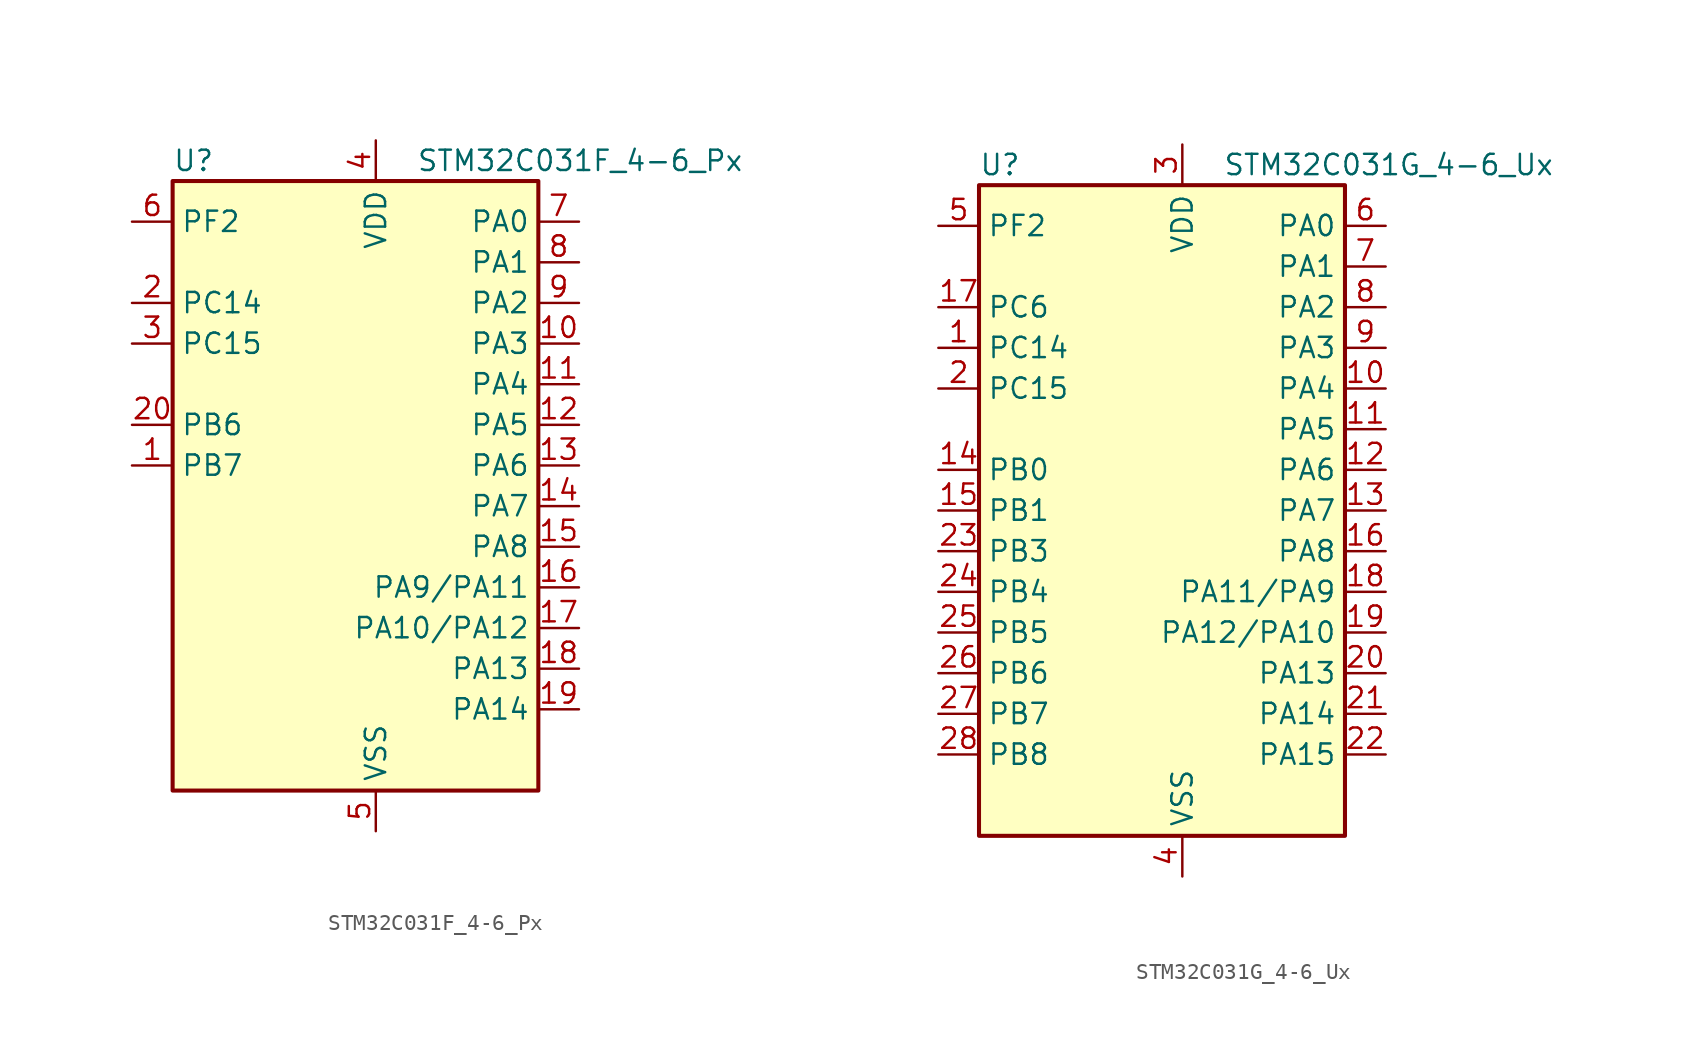
<source format=kicad_sym>
(kicad_symbol_lib
  (version 20231120)
  (generator "kicad_symbol_editor")
  (generator_version "8.0")
  (symbol "STM32C031F_4-6_Px"
    (property "Reference" "U"
      (at -10.16 21.59 0)
      (effects (font (size 1.27 1.27)) (justify left)))
    (property "Value" "STM32C031F_4-6_Px"
      (at 5.08 21.59 0)
      (effects (font (size 1.27 1.27)) (justify left)))
    (property "ki_locked" ""
      (at 0 0 0)
      (effects (font (size 1.27 1.27))))
    (symbol "STM32C031F_4-6_Px_0_1"
      (rectangle (start -10.16 -17.78) (end 12.7 20.32) (stroke (width 0.254) (type default)) (fill (type background))))
    (symbol "STM32C031F_4-6_Px_1_1"
      (pin bidirectional line (at -12.7 2.54 0) (length 2.54) (name "PB7" (effects (font (size 1.27 1.27)))) (number "1" (effects (font (size 1.27 1.27)))) (alternate "I2C1_SCL" bidirectional line) (alternate "I2C1_SDA" bidirectional line) (alternate "RTC_REFIN" bidirectional line) (alternate "TIM16_CH1" bidirectional line) (alternate "TIM17_CH1N" bidirectional line) (alternate "TIM1_CH4" bidirectional line) (alternate "TIM3_CH1" bidirectional line) (alternate "TIM3_CH4" bidirectional line) (alternate "USART1_RX" bidirectional line) (alternate "USART2_CTS" bidirectional line) (alternate "USART2_NSS" bidirectional line))
      (pin bidirectional line (at 15.24 10.16 180) (length 2.54) (name "PA3" (effects (font (size 1.27 1.27)))) (number "10" (effects (font (size 1.27 1.27)))) (alternate "ADC1_IN3" bidirectional line) (alternate "TIM1_CH1N" bidirectional line) (alternate "TIM1_CH4" bidirectional line) (alternate "USART2_RX" bidirectional line))
      (pin bidirectional line (at 15.24 7.62 180) (length 2.54) (name "PA4" (effects (font (size 1.27 1.27)))) (number "11" (effects (font (size 1.27 1.27)))) (alternate "ADC1_IN4" bidirectional line) (alternate "I2S1_WS" bidirectional line) (alternate "PWR_WKUP2" bidirectional line) (alternate "RTC_OUT1" bidirectional line) (alternate "RTC_TS" bidirectional line) (alternate "SPI1_NSS" bidirectional line) (alternate "TIM14_CH1" bidirectional line) (alternate "TIM17_CH1N" bidirectional line) (alternate "TIM1_CH2N" bidirectional line) (alternate "USART2_TX" bidirectional line))
      (pin bidirectional line (at 15.24 5.08 180) (length 2.54) (name "PA5" (effects (font (size 1.27 1.27)))) (number "12" (effects (font (size 1.27 1.27)))) (alternate "ADC1_IN5" bidirectional line) (alternate "I2S1_CK" bidirectional line) (alternate "SPI1_SCK" bidirectional line) (alternate "TIM1_CH1" bidirectional line) (alternate "TIM1_CH3N" bidirectional line) (alternate "USART2_RX" bidirectional line))
      (pin bidirectional line (at 15.24 2.54 180) (length 2.54) (name "PA6" (effects (font (size 1.27 1.27)))) (number "13" (effects (font (size 1.27 1.27)))) (alternate "ADC1_IN6" bidirectional line) (alternate "I2S1_MCK" bidirectional line) (alternate "SPI1_MISO" bidirectional line) (alternate "TIM16_CH1" bidirectional line) (alternate "TIM1_BKIN" bidirectional line) (alternate "TIM3_CH1" bidirectional line))
      (pin bidirectional line (at 15.24 0 180) (length 2.54) (name "PA7" (effects (font (size 1.27 1.27)))) (number "14" (effects (font (size 1.27 1.27)))) (alternate "ADC1_IN7" bidirectional line) (alternate "I2S1_SD" bidirectional line) (alternate "SPI1_MOSI" bidirectional line) (alternate "TIM14_CH1" bidirectional line) (alternate "TIM17_CH1" bidirectional line) (alternate "TIM1_CH1N" bidirectional line) (alternate "TIM3_CH2" bidirectional line))
      (pin bidirectional line (at 15.24 -2.54 180) (length 2.54) (name "PA8" (effects (font (size 1.27 1.27)))) (number "15" (effects (font (size 1.27 1.27)))) (alternate "ADC1_IN8" bidirectional line) (alternate "I2S1_WS" bidirectional line) (alternate "RCC_MCO" bidirectional line) (alternate "RCC_MCO_2" bidirectional line) (alternate "SPI1_NSS" bidirectional line) (alternate "TIM14_CH1" bidirectional line) (alternate "TIM1_CH1" bidirectional line) (alternate "TIM1_CH2N" bidirectional line) (alternate "TIM1_CH3N" bidirectional line) (alternate "TIM3_CH3" bidirectional line) (alternate "TIM3_CH4" bidirectional line) (alternate "USART1_RX" bidirectional line) (alternate "USART2_TX" bidirectional line))
      (pin bidirectional line (at 15.24 -5.08 180) (length 2.54) (name "PA9/PA11" (effects (font (size 1.27 1.27)))) (number "16" (effects (font (size 1.27 1.27)))) (alternate "I2C1_SCL" bidirectional line) (alternate "RCC_MCO" bidirectional line) (alternate "TIM1_CH2" bidirectional line) (alternate "TIM3_ETR" bidirectional line) (alternate "USART1_TX" bidirectional line))
      (pin bidirectional line (at 15.24 -7.62 180) (length 2.54) (name "PA10/PA12" (effects (font (size 1.27 1.27)))) (number "17" (effects (font (size 1.27 1.27)))) (alternate "I2C1_SDA" bidirectional line) (alternate "RCC_MCO_2" bidirectional line) (alternate "TIM17_BKIN" bidirectional line) (alternate "TIM1_CH3" bidirectional line) (alternate "USART1_RX" bidirectional line))
      (pin bidirectional line (at 15.24 -10.16 180) (length 2.54) (name "PA13" (effects (font (size 1.27 1.27)))) (number "18" (effects (font (size 1.27 1.27)))) (alternate "ADC1_IN13" bidirectional line) (alternate "DEBUG_SWDIO" bidirectional line) (alternate "IR_OUT" bidirectional line) (alternate "TIM3_ETR" bidirectional line) (alternate "USART2_RX" bidirectional line))
      (pin bidirectional line (at 15.24 -12.7 180) (length 2.54) (name "PA14" (effects (font (size 1.27 1.27)))) (number "19" (effects (font (size 1.27 1.27)))) (alternate "ADC1_IN14" bidirectional line) (alternate "DEBUG_SWCLK" bidirectional line) (alternate "I2S1_WS" bidirectional line) (alternate "RCC_MCO_2" bidirectional line) (alternate "SPI1_NSS" bidirectional line) (alternate "TIM1_CH1" bidirectional line) (alternate "USART1_CK" bidirectional line) (alternate "USART1_DE" bidirectional line) (alternate "USART1_RTS" bidirectional line) (alternate "USART2_RX" bidirectional line) (alternate "USART2_TX" bidirectional line))
      (pin bidirectional line (at -12.7 12.7 0) (length 2.54) (name "PC14" (effects (font (size 1.27 1.27)))) (number "2" (effects (font (size 1.27 1.27)))) (alternate "I2C1_SDA" bidirectional line) (alternate "IR_OUT" bidirectional line) (alternate "RCC_OSCX_IN" bidirectional line) (alternate "TIM17_CH1" bidirectional line) (alternate "TIM1_BKIN2" bidirectional line) (alternate "TIM1_ETR" bidirectional line) (alternate "TIM3_CH2" bidirectional line) (alternate "USART1_TX" bidirectional line) (alternate "USART2_CK" bidirectional line) (alternate "USART2_DE" bidirectional line) (alternate "USART2_RTS" bidirectional line))
      (pin bidirectional line (at -12.7 5.08 0) (length 2.54) (name "PB6" (effects (font (size 1.27 1.27)))) (number "20" (effects (font (size 1.27 1.27)))) (alternate "I2C1_SCL" bidirectional line) (alternate "I2C1_SMBA" bidirectional line) (alternate "I2S1_CK" bidirectional line) (alternate "I2S1_MCK" bidirectional line) (alternate "I2S1_SD" bidirectional line) (alternate "PWR_WKUP3" bidirectional line) (alternate "SPI1_MISO" bidirectional line) (alternate "SPI1_MOSI" bidirectional line) (alternate "SPI1_SCK" bidirectional line) (alternate "TIM16_BKIN" bidirectional line) (alternate "TIM16_CH1N" bidirectional line) (alternate "TIM17_BKIN" bidirectional line) (alternate "TIM1_CH2" bidirectional line) (alternate "TIM1_CH3" bidirectional line) (alternate "TIM3_CH1" bidirectional line) (alternate "TIM3_CH2" bidirectional line) (alternate "TIM3_CH3" bidirectional line) (alternate "USART1_CK" bidirectional line) (alternate "USART1_CTS" bidirectional line) (alternate "USART1_DE" bidirectional line) (alternate "USART1_NSS" bidirectional line) (alternate "USART1_RTS" bidirectional line) (alternate "USART1_TX" bidirectional line))
      (pin bidirectional line (at -12.7 10.16 0) (length 2.54) (name "PC15" (effects (font (size 1.27 1.27)))) (number "3" (effects (font (size 1.27 1.27)))) (alternate "RCC_OSC32_EN" bidirectional line) (alternate "RCC_OSCX_OUT" bidirectional line) (alternate "RCC_OSC_EN" bidirectional line) (alternate "TIM1_ETR" bidirectional line) (alternate "TIM3_CH3" bidirectional line))
      (pin power_in line (at 2.54 22.86 270) (length 2.54) (name "VDD" (effects (font (size 1.27 1.27)))) (number "4" (effects (font (size 1.27 1.27)))))
      (pin power_in line (at 2.54 -20.32 90) (length 2.54) (name "VSS" (effects (font (size 1.27 1.27)))) (number "5" (effects (font (size 1.27 1.27)))))
      (pin bidirectional line (at -12.7 17.78 0) (length 2.54) (name "PF2" (effects (font (size 1.27 1.27)))) (number "6" (effects (font (size 1.27 1.27)))) (alternate "RCC_MCO" bidirectional line) (alternate "TIM1_CH4" bidirectional line))
      (pin bidirectional line (at 15.24 17.78 180) (length 2.54) (name "PA0" (effects (font (size 1.27 1.27)))) (number "7" (effects (font (size 1.27 1.27)))) (alternate "ADC1_IN0" bidirectional line) (alternate "PWR_WKUP1" bidirectional line) (alternate "TIM16_CH1" bidirectional line) (alternate "TIM1_CH1" bidirectional line) (alternate "USART1_TX" bidirectional line) (alternate "USART2_CTS" bidirectional line) (alternate "USART2_NSS" bidirectional line))
      (pin bidirectional line (at 15.24 15.24 180) (length 2.54) (name "PA1" (effects (font (size 1.27 1.27)))) (number "8" (effects (font (size 1.27 1.27)))) (alternate "ADC1_IN1" bidirectional line) (alternate "I2C1_SMBA" bidirectional line) (alternate "I2S1_CK" bidirectional line) (alternate "SPI1_SCK" bidirectional line) (alternate "TIM17_CH1" bidirectional line) (alternate "TIM1_CH2" bidirectional line) (alternate "USART1_RX" bidirectional line) (alternate "USART2_CK" bidirectional line) (alternate "USART2_DE" bidirectional line) (alternate "USART2_RTS" bidirectional line))
      (pin bidirectional line (at 15.24 12.7 180) (length 2.54) (name "PA2" (effects (font (size 1.27 1.27)))) (number "9" (effects (font (size 1.27 1.27)))) (alternate "ADC1_IN2" bidirectional line) (alternate "I2S1_SD" bidirectional line) (alternate "PWR_WKUP4" bidirectional line) (alternate "RCC_LSCO" bidirectional line) (alternate "SPI1_MOSI" bidirectional line) (alternate "TIM16_CH1N" bidirectional line) (alternate "TIM1_CH3" bidirectional line) (alternate "TIM3_ETR" bidirectional line) (alternate "USART2_TX" bidirectional line))))
  (symbol "STM32C031G_4-6_Ux"
    (property "Reference" "U"
      (at -10.16 21.59 0)
      (effects (font (size 1.27 1.27)) (justify left)))
    (property "Value" "STM32C031G_4-6_Ux"
      (at 5.08 21.59 0)
      (effects (font (size 1.27 1.27)) (justify left)))
    (property "ki_locked" ""
      (at 0 0 0)
      (effects (font (size 1.27 1.27))))
    (symbol "STM32C031G_4-6_Ux_0_1"
      (rectangle (start -10.16 -20.32) (end 12.7 20.32) (stroke (width 0.254) (type default)) (fill (type background))))
    (symbol "STM32C031G_4-6_Ux_1_1"
      (pin bidirectional line (at -12.7 10.16 0) (length 2.54) (name "PC14" (effects (font (size 1.27 1.27)))) (number "1" (effects (font (size 1.27 1.27)))) (alternate "I2C1_SDA" bidirectional line) (alternate "IR_OUT" bidirectional line) (alternate "RCC_OSCX_IN" bidirectional line) (alternate "TIM17_CH1" bidirectional line) (alternate "TIM1_BKIN2" bidirectional line) (alternate "TIM1_ETR" bidirectional line) (alternate "TIM3_CH2" bidirectional line) (alternate "USART1_TX" bidirectional line) (alternate "USART2_CK" bidirectional line) (alternate "USART2_DE" bidirectional line) (alternate "USART2_RTS" bidirectional line))
      (pin bidirectional line (at 15.24 7.62 180) (length 2.54) (name "PA4" (effects (font (size 1.27 1.27)))) (number "10" (effects (font (size 1.27 1.27)))) (alternate "ADC1_IN4" bidirectional line) (alternate "I2S1_WS" bidirectional line) (alternate "PWR_WKUP2" bidirectional line) (alternate "RTC_OUT1" bidirectional line) (alternate "RTC_TS" bidirectional line) (alternate "SPI1_NSS" bidirectional line) (alternate "TIM14_CH1" bidirectional line) (alternate "TIM17_CH1N" bidirectional line) (alternate "TIM1_CH2N" bidirectional line) (alternate "USART2_TX" bidirectional line))
      (pin bidirectional line (at 15.24 5.08 180) (length 2.54) (name "PA5" (effects (font (size 1.27 1.27)))) (number "11" (effects (font (size 1.27 1.27)))) (alternate "ADC1_IN5" bidirectional line) (alternate "I2S1_CK" bidirectional line) (alternate "SPI1_SCK" bidirectional line) (alternate "TIM1_CH1" bidirectional line) (alternate "TIM1_CH3N" bidirectional line) (alternate "USART2_RX" bidirectional line))
      (pin bidirectional line (at 15.24 2.54 180) (length 2.54) (name "PA6" (effects (font (size 1.27 1.27)))) (number "12" (effects (font (size 1.27 1.27)))) (alternate "ADC1_IN6" bidirectional line) (alternate "I2S1_MCK" bidirectional line) (alternate "SPI1_MISO" bidirectional line) (alternate "TIM16_CH1" bidirectional line) (alternate "TIM1_BKIN" bidirectional line) (alternate "TIM3_CH1" bidirectional line))
      (pin bidirectional line (at 15.24 0 180) (length 2.54) (name "PA7" (effects (font (size 1.27 1.27)))) (number "13" (effects (font (size 1.27 1.27)))) (alternate "ADC1_IN7" bidirectional line) (alternate "I2S1_SD" bidirectional line) (alternate "SPI1_MOSI" bidirectional line) (alternate "TIM14_CH1" bidirectional line) (alternate "TIM17_CH1" bidirectional line) (alternate "TIM1_CH1N" bidirectional line) (alternate "TIM3_CH2" bidirectional line))
      (pin bidirectional line (at -12.7 2.54 0) (length 2.54) (name "PB0" (effects (font (size 1.27 1.27)))) (number "14" (effects (font (size 1.27 1.27)))) (alternate "ADC1_IN17" bidirectional line) (alternate "I2S1_WS" bidirectional line) (alternate "SPI1_NSS" bidirectional line) (alternate "TIM1_CH2N" bidirectional line) (alternate "TIM3_CH3" bidirectional line))
      (pin bidirectional line (at -12.7 0 0) (length 2.54) (name "PB1" (effects (font (size 1.27 1.27)))) (number "15" (effects (font (size 1.27 1.27)))) (alternate "ADC1_IN18" bidirectional line) (alternate "TIM14_CH1" bidirectional line) (alternate "TIM1_CH2N" bidirectional line) (alternate "TIM1_CH3N" bidirectional line) (alternate "TIM3_CH4" bidirectional line))
      (pin bidirectional line (at 15.24 -2.54 180) (length 2.54) (name "PA8" (effects (font (size 1.27 1.27)))) (number "16" (effects (font (size 1.27 1.27)))) (alternate "ADC1_IN8" bidirectional line) (alternate "I2S1_WS" bidirectional line) (alternate "RCC_MCO" bidirectional line) (alternate "RCC_MCO_2" bidirectional line) (alternate "SPI1_NSS" bidirectional line) (alternate "TIM14_CH1" bidirectional line) (alternate "TIM1_CH1" bidirectional line) (alternate "TIM1_CH2N" bidirectional line) (alternate "TIM1_CH3N" bidirectional line) (alternate "TIM3_CH3" bidirectional line) (alternate "TIM3_CH4" bidirectional line) (alternate "USART1_RX" bidirectional line) (alternate "USART2_TX" bidirectional line))
      (pin bidirectional line (at -12.7 12.7 0) (length 2.54) (name "PC6" (effects (font (size 1.27 1.27)))) (number "17" (effects (font (size 1.27 1.27)))) (alternate "TIM3_CH1" bidirectional line))
      (pin bidirectional line (at 15.24 -5.08 180) (length 2.54) (name "PA11/PA9" (effects (font (size 1.27 1.27)))) (number "18" (effects (font (size 1.27 1.27)))) (alternate "ADC1_EXTI11" bidirectional line) (alternate "ADC1_IN11" bidirectional line) (alternate "I2S1_MCK" bidirectional line) (alternate "SPI1_MISO" bidirectional line) (alternate "TIM1_BKIN2" bidirectional line) (alternate "TIM1_CH4" bidirectional line) (alternate "USART1_CTS" bidirectional line) (alternate "USART1_NSS" bidirectional line))
      (pin bidirectional line (at 15.24 -7.62 180) (length 2.54) (name "PA12/PA10" (effects (font (size 1.27 1.27)))) (number "19" (effects (font (size 1.27 1.27)))) (alternate "ADC1_IN12" bidirectional line) (alternate "I2S1_SD" bidirectional line) (alternate "I2S_CKIN" bidirectional line) (alternate "SPI1_MOSI" bidirectional line) (alternate "TIM1_ETR" bidirectional line) (alternate "USART1_CK" bidirectional line) (alternate "USART1_DE" bidirectional line) (alternate "USART1_RTS" bidirectional line))
      (pin bidirectional line (at -12.7 7.62 0) (length 2.54) (name "PC15" (effects (font (size 1.27 1.27)))) (number "2" (effects (font (size 1.27 1.27)))) (alternate "RCC_OSC32_EN" bidirectional line) (alternate "RCC_OSCX_OUT" bidirectional line) (alternate "RCC_OSC_EN" bidirectional line) (alternate "TIM1_ETR" bidirectional line) (alternate "TIM3_CH3" bidirectional line))
      (pin bidirectional line (at 15.24 -10.16 180) (length 2.54) (name "PA13" (effects (font (size 1.27 1.27)))) (number "20" (effects (font (size 1.27 1.27)))) (alternate "ADC1_IN13" bidirectional line) (alternate "DEBUG_SWDIO" bidirectional line) (alternate "IR_OUT" bidirectional line) (alternate "TIM3_ETR" bidirectional line) (alternate "USART2_RX" bidirectional line))
      (pin bidirectional line (at 15.24 -12.7 180) (length 2.54) (name "PA14" (effects (font (size 1.27 1.27)))) (number "21" (effects (font (size 1.27 1.27)))) (alternate "ADC1_IN14" bidirectional line) (alternate "DEBUG_SWCLK" bidirectional line) (alternate "I2S1_WS" bidirectional line) (alternate "RCC_MCO_2" bidirectional line) (alternate "SPI1_NSS" bidirectional line) (alternate "TIM1_CH1" bidirectional line) (alternate "USART1_CK" bidirectional line) (alternate "USART1_DE" bidirectional line) (alternate "USART1_RTS" bidirectional line) (alternate "USART2_RX" bidirectional line) (alternate "USART2_TX" bidirectional line))
      (pin bidirectional line (at 15.24 -15.24 180) (length 2.54) (name "PA15" (effects (font (size 1.27 1.27)))) (number "22" (effects (font (size 1.27 1.27)))) (alternate "I2S1_WS" bidirectional line) (alternate "RCC_MCO_2" bidirectional line) (alternate "SPI1_NSS" bidirectional line) (alternate "TIM1_CH1" bidirectional line) (alternate "USART1_CK" bidirectional line) (alternate "USART1_DE" bidirectional line) (alternate "USART1_RTS" bidirectional line) (alternate "USART2_RX" bidirectional line))
      (pin bidirectional line (at -12.7 -2.54 0) (length 2.54) (name "PB3" (effects (font (size 1.27 1.27)))) (number "23" (effects (font (size 1.27 1.27)))) (alternate "I2S1_CK" bidirectional line) (alternate "SPI1_SCK" bidirectional line) (alternate "TIM1_CH2" bidirectional line) (alternate "TIM3_CH2" bidirectional line) (alternate "USART1_CK" bidirectional line) (alternate "USART1_DE" bidirectional line) (alternate "USART1_RTS" bidirectional line))
      (pin bidirectional line (at -12.7 -5.08 0) (length 2.54) (name "PB4" (effects (font (size 1.27 1.27)))) (number "24" (effects (font (size 1.27 1.27)))) (alternate "I2S1_MCK" bidirectional line) (alternate "SPI1_MISO" bidirectional line) (alternate "TIM17_BKIN" bidirectional line) (alternate "TIM3_CH1" bidirectional line) (alternate "USART1_CTS" bidirectional line) (alternate "USART1_NSS" bidirectional line))
      (pin bidirectional line (at -12.7 -7.62 0) (length 2.54) (name "PB5" (effects (font (size 1.27 1.27)))) (number "25" (effects (font (size 1.27 1.27)))) (alternate "I2C1_SMBA" bidirectional line) (alternate "I2S1_SD" bidirectional line) (alternate "PWR_WKUP6" bidirectional line) (alternate "SPI1_MOSI" bidirectional line) (alternate "TIM16_BKIN" bidirectional line) (alternate "TIM3_CH2" bidirectional line) (alternate "TIM3_CH3" bidirectional line))
      (pin bidirectional line (at -12.7 -10.16 0) (length 2.54) (name "PB6" (effects (font (size 1.27 1.27)))) (number "26" (effects (font (size 1.27 1.27)))) (alternate "I2C1_SCL" bidirectional line) (alternate "I2C1_SMBA" bidirectional line) (alternate "I2S1_CK" bidirectional line) (alternate "I2S1_MCK" bidirectional line) (alternate "I2S1_SD" bidirectional line) (alternate "PWR_WKUP3" bidirectional line) (alternate "SPI1_MISO" bidirectional line) (alternate "SPI1_MOSI" bidirectional line) (alternate "SPI1_SCK" bidirectional line) (alternate "TIM16_BKIN" bidirectional line) (alternate "TIM16_CH1N" bidirectional line) (alternate "TIM17_BKIN" bidirectional line) (alternate "TIM1_CH2" bidirectional line) (alternate "TIM1_CH3" bidirectional line) (alternate "TIM3_CH1" bidirectional line) (alternate "TIM3_CH2" bidirectional line) (alternate "TIM3_CH3" bidirectional line) (alternate "USART1_CK" bidirectional line) (alternate "USART1_CTS" bidirectional line) (alternate "USART1_DE" bidirectional line) (alternate "USART1_NSS" bidirectional line) (alternate "USART1_RTS" bidirectional line) (alternate "USART1_TX" bidirectional line))
      (pin bidirectional line (at -12.7 -12.7 0) (length 2.54) (name "PB7" (effects (font (size 1.27 1.27)))) (number "27" (effects (font (size 1.27 1.27)))) (alternate "I2C1_SCL" bidirectional line) (alternate "I2C1_SDA" bidirectional line) (alternate "RTC_REFIN" bidirectional line) (alternate "TIM16_CH1" bidirectional line) (alternate "TIM17_CH1N" bidirectional line) (alternate "TIM1_CH4" bidirectional line) (alternate "TIM3_CH1" bidirectional line) (alternate "TIM3_CH4" bidirectional line) (alternate "USART1_RX" bidirectional line) (alternate "USART2_CTS" bidirectional line) (alternate "USART2_NSS" bidirectional line))
      (pin bidirectional line (at -12.7 -15.24 0) (length 2.54) (name "PB8" (effects (font (size 1.27 1.27)))) (number "28" (effects (font (size 1.27 1.27)))) (alternate "I2C1_SCL" bidirectional line) (alternate "TIM16_CH1" bidirectional line) (alternate "TIM3_CH1" bidirectional line) (alternate "USART2_CTS" bidirectional line) (alternate "USART2_NSS" bidirectional line))
      (pin power_in line (at 2.54 22.86 270) (length 2.54) (name "VDD" (effects (font (size 1.27 1.27)))) (number "3" (effects (font (size 1.27 1.27)))))
      (pin power_in line (at 2.54 -22.86 90) (length 2.54) (name "VSS" (effects (font (size 1.27 1.27)))) (number "4" (effects (font (size 1.27 1.27)))))
      (pin bidirectional line (at -12.7 17.78 0) (length 2.54) (name "PF2" (effects (font (size 1.27 1.27)))) (number "5" (effects (font (size 1.27 1.27)))) (alternate "RCC_MCO" bidirectional line) (alternate "TIM1_CH4" bidirectional line))
      (pin bidirectional line (at 15.24 17.78 180) (length 2.54) (name "PA0" (effects (font (size 1.27 1.27)))) (number "6" (effects (font (size 1.27 1.27)))) (alternate "ADC1_IN0" bidirectional line) (alternate "PWR_WKUP1" bidirectional line) (alternate "TIM16_CH1" bidirectional line) (alternate "TIM1_CH1" bidirectional line) (alternate "USART1_TX" bidirectional line) (alternate "USART2_CTS" bidirectional line) (alternate "USART2_NSS" bidirectional line))
      (pin bidirectional line (at 15.24 15.24 180) (length 2.54) (name "PA1" (effects (font (size 1.27 1.27)))) (number "7" (effects (font (size 1.27 1.27)))) (alternate "ADC1_IN1" bidirectional line) (alternate "I2C1_SMBA" bidirectional line) (alternate "I2S1_CK" bidirectional line) (alternate "SPI1_SCK" bidirectional line) (alternate "TIM17_CH1" bidirectional line) (alternate "TIM1_CH2" bidirectional line) (alternate "USART1_RX" bidirectional line) (alternate "USART2_CK" bidirectional line) (alternate "USART2_DE" bidirectional line) (alternate "USART2_RTS" bidirectional line))
      (pin bidirectional line (at 15.24 12.7 180) (length 2.54) (name "PA2" (effects (font (size 1.27 1.27)))) (number "8" (effects (font (size 1.27 1.27)))) (alternate "ADC1_IN2" bidirectional line) (alternate "I2S1_SD" bidirectional line) (alternate "PWR_WKUP4" bidirectional line) (alternate "RCC_LSCO" bidirectional line) (alternate "SPI1_MOSI" bidirectional line) (alternate "TIM16_CH1N" bidirectional line) (alternate "TIM1_CH3" bidirectional line) (alternate "TIM3_ETR" bidirectional line) (alternate "USART2_TX" bidirectional line))
      (pin bidirectional line (at 15.24 10.16 180) (length 2.54) (name "PA3" (effects (font (size 1.27 1.27)))) (number "9" (effects (font (size 1.27 1.27)))) (alternate "ADC1_IN3" bidirectional line) (alternate "TIM1_CH1N" bidirectional line) (alternate "TIM1_CH4" bidirectional line) (alternate "USART2_RX" bidirectional line)))))
</source>
